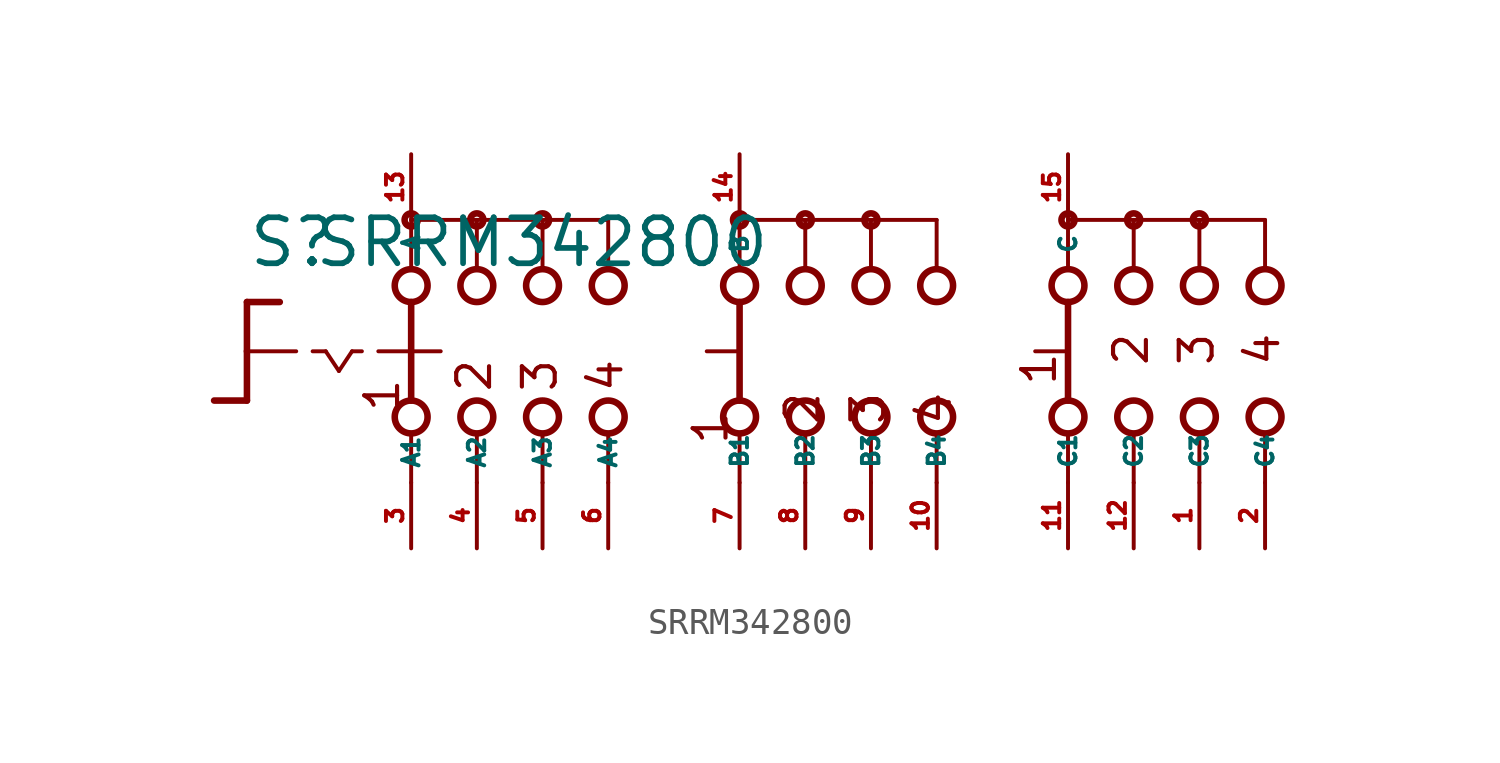
<source format=kicad_sym>
(kicad_symbol_lib
  (version 20220914)
  (generator Eagle2Kicad)
  (symbol "SRRM342800"
    (property "Reference" "S"
      (at -19.05 3.175 0)
      (effects (font (size 1.778 1.778) (thickness 0.22)) (justify left bottom)))
    (property "Value" "SRRM342800"
      (at -16.51 3.175 0)
      (effects (font (size 1.778 1.778) (thickness 0.22)) (justify left bottom)))
    (polyline
      (pts (xy -19.05 1.905) (xy -17.78 1.905))
      (stroke (width 0.254) (type default))
      (fill (type none)))
    (polyline
      (pts (xy -19.05 1.905) (xy -19.05 0))
      (stroke (width 0.254) (type default))
      (fill (type none)))
    (polyline
      (pts (xy -19.05 -1.905) (xy -20.32 -1.905))
      (stroke (width 0.254) (type default))
      (fill (type none)))
    (polyline
      (pts (xy -19.05 0) (xy -17.145 0))
      (stroke (width 0.152) (type default))
      (fill (type none)))
    (polyline
      (pts (xy -19.05 0) (xy -19.05 -1.905))
      (stroke (width 0.254) (type default))
      (fill (type none)))
    (polyline
      (pts (xy -16.51 0) (xy -16.002 0))
      (stroke (width 0.152) (type default))
      (fill (type none)))
    (polyline
      (pts (xy -14.986 0) (xy -14.605 0))
      (stroke (width 0.152) (type default))
      (fill (type none)))
    (polyline
      (pts (xy -13.97 0) (xy -12.827 0))
      (stroke (width 0.152) (type default))
      (fill (type none)))
    (polyline
      (pts (xy -16.002 0) (xy -15.494 -0.762))
      (stroke (width 0.152) (type default))
      (fill (type none)))
    (polyline
      (pts (xy -15.494 -0.762) (xy -14.986 0))
      (stroke (width 0.152) (type default))
      (fill (type none)))
    (polyline
      (pts (xy -10.16 3.175) (xy -10.16 5.08))
      (stroke (width 0.152) (type default))
      (fill (type none)))
    (polyline
      (pts (xy -7.62 3.175) (xy -7.62 5.08))
      (stroke (width 0.152) (type default))
      (fill (type none)))
    (polyline
      (pts (xy -5.08 3.175) (xy -5.08 5.08))
      (stroke (width 0.152) (type default))
      (fill (type none)))
    (polyline
      (pts (xy -10.16 -5.08) (xy -10.16 -3.175))
      (stroke (width 0.152) (type default))
      (fill (type none)))
    (polyline
      (pts (xy -7.62 -5.08) (xy -7.62 -3.175))
      (stroke (width 0.152) (type default))
      (fill (type none)))
    (polyline
      (pts (xy -5.08 -5.08) (xy -5.08 -3.175))
      (stroke (width 0.152) (type default))
      (fill (type none)))
    (polyline
      (pts (xy -7.62 5.08) (xy -10.16 5.08))
      (stroke (width 0.152) (type default))
      (fill (type none)))
    (polyline
      (pts (xy -7.62 5.08) (xy -5.08 5.08))
      (stroke (width 0.152) (type default))
      (fill (type none)))
    (polyline
      (pts (xy 0 -5.08) (xy 0 -3.175))
      (stroke (width 0.152) (type default))
      (fill (type none)))
    (polyline
      (pts (xy 2.54 -5.08) (xy 2.54 -3.175))
      (stroke (width 0.152) (type default))
      (fill (type none)))
    (polyline
      (pts (xy 0 3.175) (xy 0 5.08))
      (stroke (width 0.152) (type default))
      (fill (type none)))
    (polyline
      (pts (xy 2.54 3.175) (xy 2.54 5.08))
      (stroke (width 0.152) (type default))
      (fill (type none)))
    (polyline
      (pts (xy 0 5.08) (xy 2.54 5.08))
      (stroke (width 0.152) (type default))
      (fill (type none)))
    (polyline
      (pts (xy -12.7 5.08) (xy -12.7 3.175))
      (stroke (width 0.152) (type default))
      (fill (type none)))
    (polyline
      (pts (xy -12.7 1.905) (xy -12.7 0))
      (stroke (width 0.254) (type default))
      (fill (type none)))
    (polyline
      (pts (xy -12.7 -3.175) (xy -12.7 -5.08))
      (stroke (width 0.152) (type default))
      (fill (type none)))
    (polyline
      (pts (xy -10.16 5.08) (xy -12.7 5.08))
      (stroke (width 0.152) (type default))
      (fill (type none)))
    (polyline
      (pts (xy 5.08 3.175) (xy 5.08 5.08))
      (stroke (width 0.152) (type default))
      (fill (type none)))
    (polyline
      (pts (xy 5.08 -5.08) (xy 5.08 -3.175))
      (stroke (width 0.152) (type default))
      (fill (type none)))
    (polyline
      (pts (xy 7.62 3.175) (xy 7.62 5.08))
      (stroke (width 0.152) (type default))
      (fill (type none)))
    (polyline
      (pts (xy 12.7 3.175) (xy 12.7 5.08))
      (stroke (width 0.152) (type default))
      (fill (type none)))
    (polyline
      (pts (xy 15.24 3.175) (xy 15.24 5.08))
      (stroke (width 0.152) (type default))
      (fill (type none)))
    (polyline
      (pts (xy 17.78 3.175) (xy 17.78 5.08))
      (stroke (width 0.152) (type default))
      (fill (type none)))
    (polyline
      (pts (xy 20.32 3.175) (xy 20.32 5.08))
      (stroke (width 0.152) (type default))
      (fill (type none)))
    (polyline
      (pts (xy 5.08 5.08) (xy 7.62 5.08))
      (stroke (width 0.152) (type default))
      (fill (type none)))
    (polyline
      (pts (xy 12.7 5.08) (xy 15.24 5.08))
      (stroke (width 0.152) (type default))
      (fill (type none)))
    (polyline
      (pts (xy 15.24 5.08) (xy 17.78 5.08))
      (stroke (width 0.152) (type default))
      (fill (type none)))
    (polyline
      (pts (xy 17.78 5.08) (xy 20.32 5.08))
      (stroke (width 0.152) (type default))
      (fill (type none)))
    (polyline
      (pts (xy 7.62 -5.08) (xy 7.62 -3.175))
      (stroke (width 0.152) (type default))
      (fill (type none)))
    (polyline
      (pts (xy 12.7 -5.08) (xy 12.7 -3.175))
      (stroke (width 0.152) (type default))
      (fill (type none)))
    (polyline
      (pts (xy 15.24 -5.08) (xy 15.24 -3.175))
      (stroke (width 0.152) (type default))
      (fill (type none)))
    (polyline
      (pts (xy 17.78 -5.08) (xy 17.78 -3.175))
      (stroke (width 0.152) (type default))
      (fill (type none)))
    (polyline
      (pts (xy 20.32 -5.08) (xy 20.32 -3.175))
      (stroke (width 0.152) (type default))
      (fill (type none)))
    (polyline
      (pts (xy -12.7 0) (xy -11.557 0))
      (stroke (width 0.152) (type default))
      (fill (type none)))
    (polyline
      (pts (xy -12.7 0) (xy -12.7 -1.905))
      (stroke (width 0.254) (type default))
      (fill (type none)))
    (polyline
      (pts (xy -1.27 0) (xy -0.127 0))
      (stroke (width 0.152) (type default))
      (fill (type none)))
    (polyline
      (pts (xy 0 1.905) (xy 0 -1.905))
      (stroke (width 0.254) (type default))
      (fill (type none)))
    (polyline
      (pts (xy 2.54 5.08) (xy 5.08 5.08))
      (stroke (width 0.152) (type default))
      (fill (type none)))
    (polyline
      (pts (xy 12.7 1.905) (xy 12.7 -1.905))
      (stroke (width 0.254) (type default))
      (fill (type none)))
    (polyline
      (pts (xy 11.43 0) (xy 12.573 0))
      (stroke (width 0.152) (type default))
      (fill (type none)))
    (text "1"
      (at 12.319 -1.397 900)
      (effects (font (size 1.27 1.27) (thickness 0.16)) (justify left bottom)))
    (text "2"
      (at 15.875 -0.635 900)
      (effects (font (size 1.27 1.27) (thickness 0.16)) (justify left bottom)))
    (text "3"
      (at 18.415 -0.635 900)
      (effects (font (size 1.27 1.27) (thickness 0.16)) (justify left bottom)))
    (text "4"
      (at 20.955 -0.635 900)
      (effects (font (size 1.27 1.27) (thickness 0.16)) (justify left bottom)))
    (text "1 "
      (at -13.081 -2.413 900)
      (effects (font (size 1.27 1.27) (thickness 0.16)) (justify left bottom)))
    (text "2 "
      (at -9.525 -1.651 900)
      (effects (font (size 1.27 1.27) (thickness 0.16)) (justify left bottom)))
    (text "3 "
      (at -6.985 -1.651 900)
      (effects (font (size 1.27 1.27) (thickness 0.16)) (justify left bottom)))
    (text "4 "
      (at -4.445 -1.651 900)
      (effects (font (size 1.27 1.27) (thickness 0.16)) (justify left bottom)))
    (text "1  "
      (at -0.381 -3.683 900)
      (effects (font (size 1.27 1.27) (thickness 0.16)) (justify left bottom)))
    (text "2  "
      (at 3.175 -2.921 900)
      (effects (font (size 1.27 1.27) (thickness 0.16)) (justify left bottom)))
    (text "3  "
      (at 5.715 -2.921 900)
      (effects (font (size 1.27 1.27) (thickness 0.16)) (justify left bottom)))
    (text "4  "
      (at 8.255 -2.921 900)
      (effects (font (size 1.27 1.27) (thickness 0.16)) (justify left bottom)))
    (circle
      (center -7.62 5.08)
      (radius 0.254)
      (stroke (width 0.254) (type default))
      (fill (type none)))
    (circle
      (center -12.7 5.08)
      (radius 0.254)
      (stroke (width 0.254) (type default))
      (fill (type none)))
    (circle
      (center -10.16 5.08)
      (radius 0.254)
      (stroke (width 0.254) (type default))
      (fill (type none)))
    (circle
      (center -12.7 2.54)
      (radius 0.635)
      (stroke (width 0.254) (type default))
      (fill (type none)))
    (circle
      (center -10.16 2.54)
      (radius 0.635)
      (stroke (width 0.254) (type default))
      (fill (type none)))
    (circle
      (center -7.62 2.54)
      (radius 0.635)
      (stroke (width 0.254) (type default))
      (fill (type none)))
    (circle
      (center -12.7 -2.54)
      (radius 0.635)
      (stroke (width 0.254) (type default))
      (fill (type none)))
    (circle
      (center -10.16 -2.54)
      (radius 0.635)
      (stroke (width 0.254) (type default))
      (fill (type none)))
    (circle
      (center -7.62 -2.54)
      (radius 0.635)
      (stroke (width 0.254) (type default))
      (fill (type none)))
    (circle
      (center 0 5.08)
      (radius 0.254)
      (stroke (width 0.254) (type default))
      (fill (type none)))
    (circle
      (center -5.08 2.54)
      (radius 0.635)
      (stroke (width 0.254) (type default))
      (fill (type none)))
    (circle
      (center 0 2.54)
      (radius 0.635)
      (stroke (width 0.254) (type default))
      (fill (type none)))
    (circle
      (center -5.08 -2.54)
      (radius 0.635)
      (stroke (width 0.254) (type default))
      (fill (type none)))
    (circle
      (center 0 -2.54)
      (radius 0.635)
      (stroke (width 0.254) (type default))
      (fill (type none)))
    (circle
      (center 2.54 2.54)
      (radius 0.635)
      (stroke (width 0.254) (type default))
      (fill (type none)))
    (circle
      (center 2.54 -2.54)
      (radius 0.635)
      (stroke (width 0.254) (type default))
      (fill (type none)))
    (circle
      (center 5.08 5.08)
      (radius 0.254)
      (stroke (width 0.254) (type default))
      (fill (type none)))
    (circle
      (center 5.08 2.54)
      (radius 0.635)
      (stroke (width 0.254) (type default))
      (fill (type none)))
    (circle
      (center 5.08 -2.54)
      (radius 0.635)
      (stroke (width 0.254) (type default))
      (fill (type none)))
    (circle
      (center 7.62 2.54)
      (radius 0.635)
      (stroke (width 0.254) (type default))
      (fill (type none)))
    (circle
      (center 12.7 2.54)
      (radius 0.635)
      (stroke (width 0.254) (type default))
      (fill (type none)))
    (circle
      (center 15.24 2.54)
      (radius 0.635)
      (stroke (width 0.254) (type default))
      (fill (type none)))
    (circle
      (center 17.78 2.54)
      (radius 0.635)
      (stroke (width 0.254) (type default))
      (fill (type none)))
    (circle
      (center 20.32 2.54)
      (radius 0.635)
      (stroke (width 0.254) (type default))
      (fill (type none)))
    (circle
      (center 12.7 5.08)
      (radius 0.254)
      (stroke (width 0.254) (type default))
      (fill (type none)))
    (circle
      (center 15.24 5.08)
      (radius 0.254)
      (stroke (width 0.254) (type default))
      (fill (type none)))
    (circle
      (center 17.78 5.08)
      (radius 0.254)
      (stroke (width 0.254) (type default))
      (fill (type none)))
    (circle
      (center 7.62 -2.54)
      (radius 0.635)
      (stroke (width 0.254) (type default))
      (fill (type none)))
    (circle
      (center 12.7 -2.54)
      (radius 0.635)
      (stroke (width 0.254) (type default))
      (fill (type none)))
    (circle
      (center 15.24 -2.54)
      (radius 0.635)
      (stroke (width 0.254) (type default))
      (fill (type none)))
    (circle
      (center 17.78 -2.54)
      (radius 0.635)
      (stroke (width 0.254) (type default))
      (fill (type none)))
    (circle
      (center 20.32 -2.54)
      (radius 0.635)
      (stroke (width 0.254) (type default))
      (fill (type none)))
    (circle
      (center 2.54 5.08)
      (radius 0.254)
      (stroke (width 0.254) (type default))
      (fill (type none)))
    (pin passive line
      (at -12.7 -7.62 90)
      (length 2.54)
      (name "A1" (effects (font (size 0.635 0.635) (thickness 0.08)) (justify left bottom)))
      (number "3" (effects (font (size 0.635 0.635) (thickness 0.08)) (justify left bottom))))
    (pin passive line
      (at -12.7 7.62 270)
      (length 2.54)
      (name "A" (effects (font (size 0.635 0.635) (thickness 0.08)) (justify left bottom)))
      (number "13" (effects (font (size 0.635 0.635) (thickness 0.08)) (justify left bottom))))
    (pin passive line
      (at -10.16 -7.62 90)
      (length 2.54)
      (name "A2" (effects (font (size 0.635 0.635) (thickness 0.08)) (justify left bottom)))
      (number "4" (effects (font (size 0.635 0.635) (thickness 0.08)) (justify left bottom))))
    (pin passive line
      (at -7.62 -7.62 90)
      (length 2.54)
      (name "A3" (effects (font (size 0.635 0.635) (thickness 0.08)) (justify left bottom)))
      (number "5" (effects (font (size 0.635 0.635) (thickness 0.08)) (justify left bottom))))
    (pin passive line
      (at -5.08 -7.62 90)
      (length 2.54)
      (name "A4" (effects (font (size 0.635 0.635) (thickness 0.08)) (justify left bottom)))
      (number "6" (effects (font (size 0.635 0.635) (thickness 0.08)) (justify left bottom))))
    (pin passive line
      (at 0 -7.62 90)
      (length 2.54)
      (name "B1" (effects (font (size 0.635 0.635) (thickness 0.08)) (justify left bottom)))
      (number "7" (effects (font (size 0.635 0.635) (thickness 0.08)) (justify left bottom))))
    (pin passive line
      (at 2.54 -7.62 90)
      (length 2.54)
      (name "B2" (effects (font (size 0.635 0.635) (thickness 0.08)) (justify left bottom)))
      (number "8" (effects (font (size 0.635 0.635) (thickness 0.08)) (justify left bottom))))
    (pin passive line
      (at 5.08 -7.62 90)
      (length 2.54)
      (name "B3" (effects (font (size 0.635 0.635) (thickness 0.08)) (justify left bottom)))
      (number "9" (effects (font (size 0.635 0.635) (thickness 0.08)) (justify left bottom))))
    (pin passive line
      (at 7.62 -7.62 90)
      (length 2.54)
      (name "B4" (effects (font (size 0.635 0.635) (thickness 0.08)) (justify left bottom)))
      (number "10" (effects (font (size 0.635 0.635) (thickness 0.08)) (justify left bottom))))
    (pin passive line
      (at 12.7 -7.62 90)
      (length 2.54)
      (name "C1" (effects (font (size 0.635 0.635) (thickness 0.08)) (justify left bottom)))
      (number "11" (effects (font (size 0.635 0.635) (thickness 0.08)) (justify left bottom))))
    (pin passive line
      (at 15.24 -7.62 90)
      (length 2.54)
      (name "C2" (effects (font (size 0.635 0.635) (thickness 0.08)) (justify left bottom)))
      (number "12" (effects (font (size 0.635 0.635) (thickness 0.08)) (justify left bottom))))
    (pin passive line
      (at 17.78 -7.62 90)
      (length 2.54)
      (name "C3" (effects (font (size 0.635 0.635) (thickness 0.08)) (justify left bottom)))
      (number "1" (effects (font (size 0.635 0.635) (thickness 0.08)) (justify left bottom))))
    (pin passive line
      (at 20.32 -7.62 90)
      (length 2.54)
      (name "C4" (effects (font (size 0.635 0.635) (thickness 0.08)) (justify left bottom)))
      (number "2" (effects (font (size 0.635 0.635) (thickness 0.08)) (justify left bottom))))
    (pin passive line
      (at 0 7.62 270)
      (length 2.54)
      (name "B" (effects (font (size 0.635 0.635) (thickness 0.08)) (justify left bottom)))
      (number "14" (effects (font (size 0.635 0.635) (thickness 0.08)) (justify left bottom))))
    (pin passive line
      (at 12.7 7.62 270)
      (length 2.54)
      (name "C" (effects (font (size 0.635 0.635) (thickness 0.08)) (justify left bottom)))
      (number "15" (effects (font (size 0.635 0.635) (thickness 0.08)) (justify left bottom))))))
</source>
